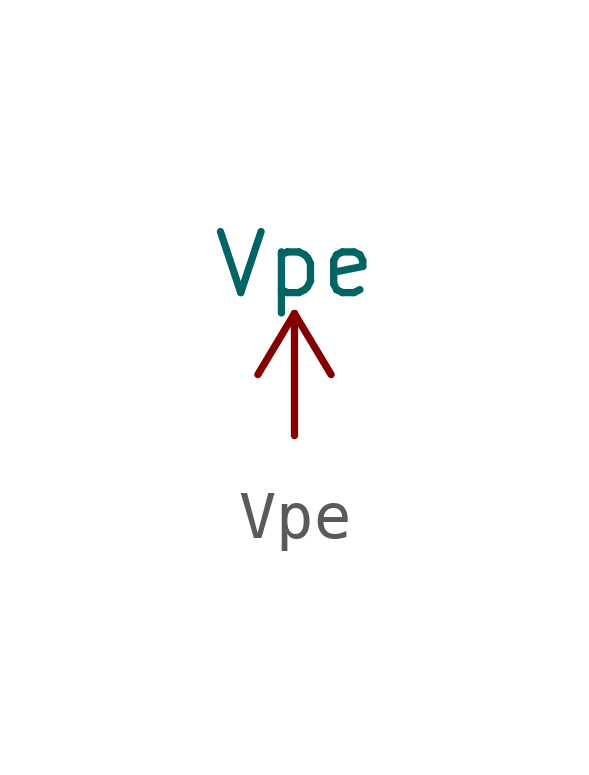
<source format=kicad_sym>
(kicad_symbol_lib
  (version 20211014)
  (generator kicad_symbol_editor)
  (symbol "Vpe"
    (power)
    (pin_names
      (offset 0))
    (property "Reference" "#PWR"
      (at 0 -3.81 0)
      (effects (font (size 1.27 1.27)) hide))
    (property "Value" "Vpe"
      (at 0 3.556 0)
      (effects (font (size 1.27 1.27))))
    (symbol "Vpe_0_1"
      (polyline (pts (xy -0.762 1.27) (xy 0 2.54)) (stroke (width 0) (type default) (color 0 0 0 0)) (fill (type none)))
      (polyline (pts (xy 0 0) (xy 0 2.54)) (stroke (width 0) (type default) (color 0 0 0 0)) (fill (type none)))
      (polyline (pts (xy 0 2.54) (xy 0.762 1.27)) (stroke (width 0) (type default) (color 0 0 0 0)) (fill (type none))))
    (symbol "Vpe_1_1"
      (pin power_in line (at 0 0 90) (length 0) hide (name "+1V8" (effects (font (size 1.27 1.27)))) (number "1" (effects (font (size 1.27 1.27))))))))
</source>
